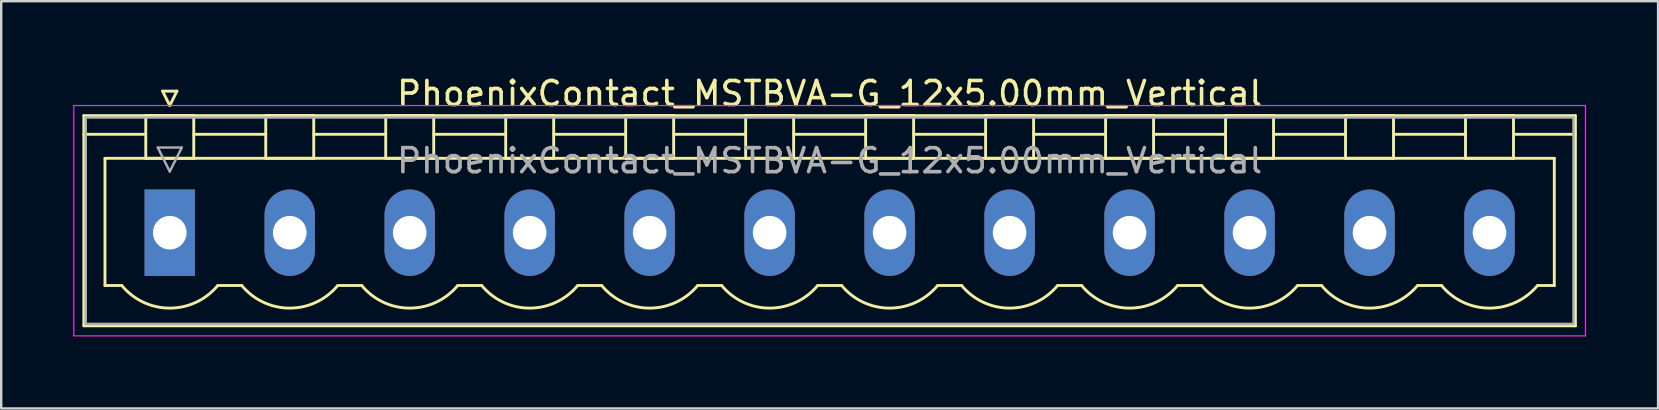
<source format=kicad_pcb>
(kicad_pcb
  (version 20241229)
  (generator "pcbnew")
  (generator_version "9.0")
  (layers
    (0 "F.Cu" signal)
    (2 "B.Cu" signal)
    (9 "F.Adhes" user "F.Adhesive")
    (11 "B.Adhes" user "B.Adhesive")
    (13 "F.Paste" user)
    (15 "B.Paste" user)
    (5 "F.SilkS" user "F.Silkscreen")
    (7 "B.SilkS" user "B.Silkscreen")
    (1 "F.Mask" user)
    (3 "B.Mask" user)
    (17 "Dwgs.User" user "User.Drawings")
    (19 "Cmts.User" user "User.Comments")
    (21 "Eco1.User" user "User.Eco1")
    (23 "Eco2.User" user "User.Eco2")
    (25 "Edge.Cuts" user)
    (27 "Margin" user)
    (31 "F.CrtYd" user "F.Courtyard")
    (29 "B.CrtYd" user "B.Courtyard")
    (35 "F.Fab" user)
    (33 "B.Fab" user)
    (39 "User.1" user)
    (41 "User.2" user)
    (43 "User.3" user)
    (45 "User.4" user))
  (footprint "PhoenixContact_MSTBVA-G_12x5.00mm_Vertical"
    (layer "F.Cu")
    (at 4.025 6.648)
    (property "Reference" "PhoenixContact_MSTBVA-G_12x5.00mm_Vertical" (at 27.5 -5.8 0) (layer "F.SilkS") (effects (font (size 1 1) (thickness 0.15))))
    (attr through_hole)
    (fp_line (start -3.58 -4.88) (end -3.58 3.88) (stroke (width 0.12) (type solid)) (layer "F.SilkS"))
    (fp_line (start -3.58 -4.1) (end -1.08 -4.1) (stroke (width 0.12) (type solid)) (layer "F.SilkS"))
    (fp_line (start -3.58 3.88) (end 58.58 3.88) (stroke (width 0.12) (type solid)) (layer "F.SilkS"))
    (fp_line (start -2.7 -3.1) (end 57.7 -3.1) (stroke (width 0.12) (type solid)) (layer "F.SilkS"))
    (fp_line (start -2.7 2.2) (end -2.7 -3.1) (stroke (width 0.12) (type solid)) (layer "F.SilkS"))
    (fp_line (start -2 2.2) (end -2.7 2.2) (stroke (width 0.12) (type solid)) (layer "F.SilkS"))
    (fp_line (start -1 -4.88) (end 1 -4.88) (stroke (width 0.12) (type solid)) (layer "F.SilkS"))
    (fp_line (start -1 -3.1) (end -1 -4.88) (stroke (width 0.12) (type solid)) (layer "F.SilkS"))
    (fp_line (start -0.3 -5.9) (end 0.3 -5.9) (stroke (width 0.12) (type solid)) (layer "F.SilkS"))
    (fp_line (start 0 -5.3) (end -0.3 -5.9) (stroke (width 0.12) (type solid)) (layer "F.SilkS"))
    (fp_line (start 0.3 -5.9) (end 0 -5.3) (stroke (width 0.12) (type solid)) (layer "F.SilkS"))
    (fp_line (start 1 -4.88) (end 1 -3.1) (stroke (width 0.12) (type solid)) (layer "F.SilkS"))
    (fp_line (start 1 -4.1) (end 4 -4.1) (stroke (width 0.12) (type solid)) (layer "F.SilkS"))
    (fp_line (start 1 -3.1) (end -1 -3.1) (stroke (width 0.12) (type solid)) (layer "F.SilkS"))
    (fp_line (start 2 2.2) (end 3 2.2) (stroke (width 0.12) (type solid)) (layer "F.SilkS"))
    (fp_line (start 4 -4.88) (end 6 -4.88) (stroke (width 0.12) (type solid)) (layer "F.SilkS"))
    (fp_line (start 4 -3.1) (end 4 -4.88) (stroke (width 0.12) (type solid)) (layer "F.SilkS"))
    (fp_line (start 6 -4.88) (end 6 -3.1) (stroke (width 0.12) (type solid)) (layer "F.SilkS"))
    (fp_line (start 6 -4.1) (end 9 -4.1) (stroke (width 0.12) (type solid)) (layer "F.SilkS"))
    (fp_line (start 6 -3.1) (end 4 -3.1) (stroke (width 0.12) (type solid)) (layer "F.SilkS"))
    (fp_line (start 7 2.2) (end 8 2.2) (stroke (width 0.12) (type solid)) (layer "F.SilkS"))
    (fp_line (start 9 -4.88) (end 11 -4.88) (stroke (width 0.12) (type solid)) (layer "F.SilkS"))
    (fp_line (start 9 -3.1) (end 9 -4.88) (stroke (width 0.12) (type solid)) (layer "F.SilkS"))
    (fp_line (start 11 -4.88) (end 11 -3.1) (stroke (width 0.12) (type solid)) (layer "F.SilkS"))
    (fp_line (start 11 -4.1) (end 14 -4.1) (stroke (width 0.12) (type solid)) (layer "F.SilkS"))
    (fp_line (start 11 -3.1) (end 9 -3.1) (stroke (width 0.12) (type solid)) (layer "F.SilkS"))
    (fp_line (start 12 2.2) (end 13 2.2) (stroke (width 0.12) (type solid)) (layer "F.SilkS"))
    (fp_line (start 14 -4.88) (end 16 -4.88) (stroke (width 0.12) (type solid)) (layer "F.SilkS"))
    (fp_line (start 14 -3.1) (end 14 -4.88) (stroke (width 0.12) (type solid)) (layer "F.SilkS"))
    (fp_line (start 16 -4.88) (end 16 -3.1) (stroke (width 0.12) (type solid)) (layer "F.SilkS"))
    (fp_line (start 16 -4.1) (end 19 -4.1) (stroke (width 0.12) (type solid)) (layer "F.SilkS"))
    (fp_line (start 16 -3.1) (end 14 -3.1) (stroke (width 0.12) (type solid)) (layer "F.SilkS"))
    (fp_line (start 17 2.2) (end 18 2.2) (stroke (width 0.12) (type solid)) (layer "F.SilkS"))
    (fp_line (start 19 -4.88) (end 21 -4.88) (stroke (width 0.12) (type solid)) (layer "F.SilkS"))
    (fp_line (start 19 -3.1) (end 19 -4.88) (stroke (width 0.12) (type solid)) (layer "F.SilkS"))
    (fp_line (start 21 -4.88) (end 21 -3.1) (stroke (width 0.12) (type solid)) (layer "F.SilkS"))
    (fp_line (start 21 -4.1) (end 24 -4.1) (stroke (width 0.12) (type solid)) (layer "F.SilkS"))
    (fp_line (start 21 -3.1) (end 19 -3.1) (stroke (width 0.12) (type solid)) (layer "F.SilkS"))
    (fp_line (start 22 2.2) (end 23 2.2) (stroke (width 0.12) (type solid)) (layer "F.SilkS"))
    (fp_line (start 24 -4.88) (end 26 -4.88) (stroke (width 0.12) (type solid)) (layer "F.SilkS"))
    (fp_line (start 24 -3.1) (end 24 -4.88) (stroke (width 0.12) (type solid)) (layer "F.SilkS"))
    (fp_line (start 26 -4.88) (end 26 -3.1) (stroke (width 0.12) (type solid)) (layer "F.SilkS"))
    (fp_line (start 26 -4.1) (end 29 -4.1) (stroke (width 0.12) (type solid)) (layer "F.SilkS"))
    (fp_line (start 26 -3.1) (end 24 -3.1) (stroke (width 0.12) (type solid)) (layer "F.SilkS"))
    (fp_line (start 27 2.2) (end 28 2.2) (stroke (width 0.12) (type solid)) (layer "F.SilkS"))
    (fp_line (start 29 -4.88) (end 31 -4.88) (stroke (width 0.12) (type solid)) (layer "F.SilkS"))
    (fp_line (start 29 -3.1) (end 29 -4.88) (stroke (width 0.12) (type solid)) (layer "F.SilkS"))
    (fp_line (start 31 -4.88) (end 31 -3.1) (stroke (width 0.12) (type solid)) (layer "F.SilkS"))
    (fp_line (start 31 -4.1) (end 34 -4.1) (stroke (width 0.12) (type solid)) (layer "F.SilkS"))
    (fp_line (start 31 -3.1) (end 29 -3.1) (stroke (width 0.12) (type solid)) (layer "F.SilkS"))
    (fp_line (start 32 2.2) (end 33 2.2) (stroke (width 0.12) (type solid)) (layer "F.SilkS"))
    (fp_line (start 34 -4.88) (end 36 -4.88) (stroke (width 0.12) (type solid)) (layer "F.SilkS"))
    (fp_line (start 34 -3.1) (end 34 -4.88) (stroke (width 0.12) (type solid)) (layer "F.SilkS"))
    (fp_line (start 36 -4.88) (end 36 -3.1) (stroke (width 0.12) (type solid)) (layer "F.SilkS"))
    (fp_line (start 36 -4.1) (end 39 -4.1) (stroke (width 0.12) (type solid)) (layer "F.SilkS"))
    (fp_line (start 36 -3.1) (end 34 -3.1) (stroke (width 0.12) (type solid)) (layer "F.SilkS"))
    (fp_line (start 37 2.2) (end 38 2.2) (stroke (width 0.12) (type solid)) (layer "F.SilkS"))
    (fp_line (start 39 -4.88) (end 41 -4.88) (stroke (width 0.12) (type solid)) (layer "F.SilkS"))
    (fp_line (start 39 -3.1) (end 39 -4.88) (stroke (width 0.12) (type solid)) (layer "F.SilkS"))
    (fp_line (start 41 -4.88) (end 41 -3.1) (stroke (width 0.12) (type solid)) (layer "F.SilkS"))
    (fp_line (start 41 -4.1) (end 44 -4.1) (stroke (width 0.12) (type solid)) (layer "F.SilkS"))
    (fp_line (start 41 -3.1) (end 39 -3.1) (stroke (width 0.12) (type solid)) (layer "F.SilkS"))
    (fp_line (start 42 2.2) (end 43 2.2) (stroke (width 0.12) (type solid)) (layer "F.SilkS"))
    (fp_line (start 44 -4.88) (end 46 -4.88) (stroke (width 0.12) (type solid)) (layer "F.SilkS"))
    (fp_line (start 44 -3.1) (end 44 -4.88) (stroke (width 0.12) (type solid)) (layer "F.SilkS"))
    (fp_line (start 46 -4.88) (end 46 -3.1) (stroke (width 0.12) (type solid)) (layer "F.SilkS"))
    (fp_line (start 46 -4.1) (end 49 -4.1) (stroke (width 0.12) (type solid)) (layer "F.SilkS"))
    (fp_line (start 46 -3.1) (end 44 -3.1) (stroke (width 0.12) (type solid)) (layer "F.SilkS"))
    (fp_line (start 47 2.2) (end 48 2.2) (stroke (width 0.12) (type solid)) (layer "F.SilkS"))
    (fp_line (start 49 -4.88) (end 51 -4.88) (stroke (width 0.12) (type solid)) (layer "F.SilkS"))
    (fp_line (start 49 -3.1) (end 49 -4.88) (stroke (width 0.12) (type solid)) (layer "F.SilkS"))
    (fp_line (start 51 -4.88) (end 51 -3.1) (stroke (width 0.12) (type solid)) (layer "F.SilkS"))
    (fp_line (start 51 -4.1) (end 54 -4.1) (stroke (width 0.12) (type solid)) (layer "F.SilkS"))
    (fp_line (start 51 -3.1) (end 49 -3.1) (stroke (width 0.12) (type solid)) (layer "F.SilkS"))
    (fp_line (start 52 2.2) (end 53 2.2) (stroke (width 0.12) (type solid)) (layer "F.SilkS"))
    (fp_line (start 54 -4.88) (end 56 -4.88) (stroke (width 0.12) (type solid)) (layer "F.SilkS"))
    (fp_line (start 54 -3.1) (end 54 -4.88) (stroke (width 0.12) (type solid)) (layer "F.SilkS"))
    (fp_line (start 56 -4.88) (end 56 -3.1) (stroke (width 0.12) (type solid)) (layer "F.SilkS"))
    (fp_line (start 56 -3.1) (end 54 -3.1) (stroke (width 0.12) (type solid)) (layer "F.SilkS"))
    (fp_line (start 57.7 -3.1) (end 57.7 2.2) (stroke (width 0.12) (type solid)) (layer "F.SilkS"))
    (fp_line (start 57.7 2.2) (end 57 2.2) (stroke (width 0.12) (type solid)) (layer "F.SilkS"))
    (fp_line (start 58.58 -4.88) (end -3.58 -4.88) (stroke (width 0.12) (type solid)) (layer "F.SilkS"))
    (fp_line (start 58.58 -4.1) (end 56.08 -4.1) (stroke (width 0.12) (type solid)) (layer "F.SilkS"))
    (fp_line (start 58.58 3.88) (end 58.58 -4.88) (stroke (width 0.12) (type solid)) (layer "F.SilkS"))
    (fp_arc (start 1.986842 2.215821) (mid -0.010289 3.142758) (end -2 2.2) (stroke (width 0.12) (type solid)) (layer "F.SilkS"))
    (fp_arc (start 6.986842 2.215821) (mid 4.989711 3.142758) (end 3 2.2) (stroke (width 0.12) (type solid)) (layer "F.SilkS"))
    (fp_arc (start 11.986842 2.215821) (mid 9.989711 3.142758) (end 8 2.2) (stroke (width 0.12) (type solid)) (layer "F.SilkS"))
    (fp_arc (start 16.986842 2.215821) (mid 14.989711 3.142758) (end 13 2.2) (stroke (width 0.12) (type solid)) (layer "F.SilkS"))
    (fp_arc (start 21.986842 2.215821) (mid 19.989711 3.142758) (end 18 2.2) (stroke (width 0.12) (type solid)) (layer "F.SilkS"))
    (fp_arc (start 26.986842 2.215821) (mid 24.989711 3.142758) (end 23 2.2) (stroke (width 0.12) (type solid)) (layer "F.SilkS"))
    (fp_arc (start 31.986842 2.215821) (mid 29.989711 3.142758) (end 28 2.2) (stroke (width 0.12) (type solid)) (layer "F.SilkS"))
    (fp_arc (start 36.986842 2.215821) (mid 34.989711 3.142758) (end 33 2.2) (stroke (width 0.12) (type solid)) (layer "F.SilkS"))
    (fp_arc (start 41.986842 2.215821) (mid 39.989711 3.142758) (end 38 2.2) (stroke (width 0.12) (type solid)) (layer "F.SilkS"))
    (fp_arc (start 46.986842 2.215821) (mid 44.989711 3.142758) (end 43 2.2) (stroke (width 0.12) (type solid)) (layer "F.SilkS"))
    (fp_arc (start 51.986842 2.215821) (mid 49.989711 3.142758) (end 48 2.2) (stroke (width 0.12) (type solid)) (layer "F.SilkS"))
    (fp_arc (start 56.986842 2.215821) (mid 54.989711 3.142758) (end 53 2.2) (stroke (width 0.12) (type solid)) (layer "F.SilkS"))
    (fp_line (start -4 -5.3) (end -4 4.3) (stroke (width 0.05) (type solid)) (layer "F.CrtYd"))
    (fp_line (start -4 4.3) (end 59 4.3) (stroke (width 0.05) (type solid)) (layer "F.CrtYd"))
    (fp_line (start 59 -5.3) (end -4 -5.3) (stroke (width 0.05) (type solid)) (layer "F.CrtYd"))
    (fp_line (start 59 4.3) (end 59 -5.3) (stroke (width 0.05) (type solid)) (layer "F.CrtYd"))
    (fp_line (start -3.5 -4.8) (end -3.5 3.8) (stroke (width 0.1) (type solid)) (layer "F.Fab"))
    (fp_line (start -3.5 3.8) (end 58.5 3.8) (stroke (width 0.1) (type solid)) (layer "F.Fab"))
    (fp_line (start -0.5 -3.55) (end 0.5 -3.55) (stroke (width 0.1) (type solid)) (layer "F.Fab"))
    (fp_line (start 0 -2.55) (end -0.5 -3.55) (stroke (width 0.1) (type solid)) (layer "F.Fab"))
    (fp_line (start 0.5 -3.55) (end 0 -2.55) (stroke (width 0.1) (type solid)) (layer "F.Fab"))
    (fp_line (start 58.5 -4.8) (end -3.5 -4.8) (stroke (width 0.1) (type solid)) (layer "F.Fab"))
    (fp_line (start 58.5 3.8) (end 58.5 -4.8) (stroke (width 0.1) (type solid)) (layer "F.Fab"))
    (fp_text user "${REFERENCE}" (at 27.5 -3 0) (layer "F.Fab") (effects (font (size 1 1) (thickness 0.15))))
    (pad "1" thru_hole rect (at 0 0) (size 2.1 3.6) (drill 1.4) (layers "*.Cu" "*.Mask"))
    (pad "2" thru_hole oval (at 5 0) (size 2.1 3.6) (drill 1.4) (layers "*.Cu" "*.Mask"))
    (pad "3" thru_hole oval (at 10 0) (size 2.1 3.6) (drill 1.4) (layers "*.Cu" "*.Mask"))
    (pad "4" thru_hole oval (at 15 0) (size 2.1 3.6) (drill 1.4) (layers "*.Cu" "*.Mask"))
    (pad "5" thru_hole oval (at 20 0) (size 2.1 3.6) (drill 1.4) (layers "*.Cu" "*.Mask"))
    (pad "6" thru_hole oval (at 25 0) (size 2.1 3.6) (drill 1.4) (layers "*.Cu" "*.Mask"))
    (pad "7" thru_hole oval (at 30 0) (size 2.1 3.6) (drill 1.4) (layers "*.Cu" "*.Mask"))
    (pad "8" thru_hole oval (at 35 0) (size 2.1 3.6) (drill 1.4) (layers "*.Cu" "*.Mask"))
    (pad "9" thru_hole oval (at 40 0) (size 2.1 3.6) (drill 1.4) (layers "*.Cu" "*.Mask"))
    (pad "10" thru_hole oval (at 45 0) (size 2.1 3.6) (drill 1.4) (layers "*.Cu" "*.Mask"))
    (pad "11" thru_hole oval (at 50 0) (size 2.1 3.6) (drill 1.4) (layers "*.Cu" "*.Mask"))
    (pad "12" thru_hole oval (at 55 0) (size 2.1 3.6) (drill 1.4) (layers "*.Cu" "*.Mask")))
  (gr_rect
    (start -3 -3)
    (end 66.05 13.973)
    (stroke (width 0.1) (type default))
    (fill no)
    (layer "Edge.Cuts")))
</source>
